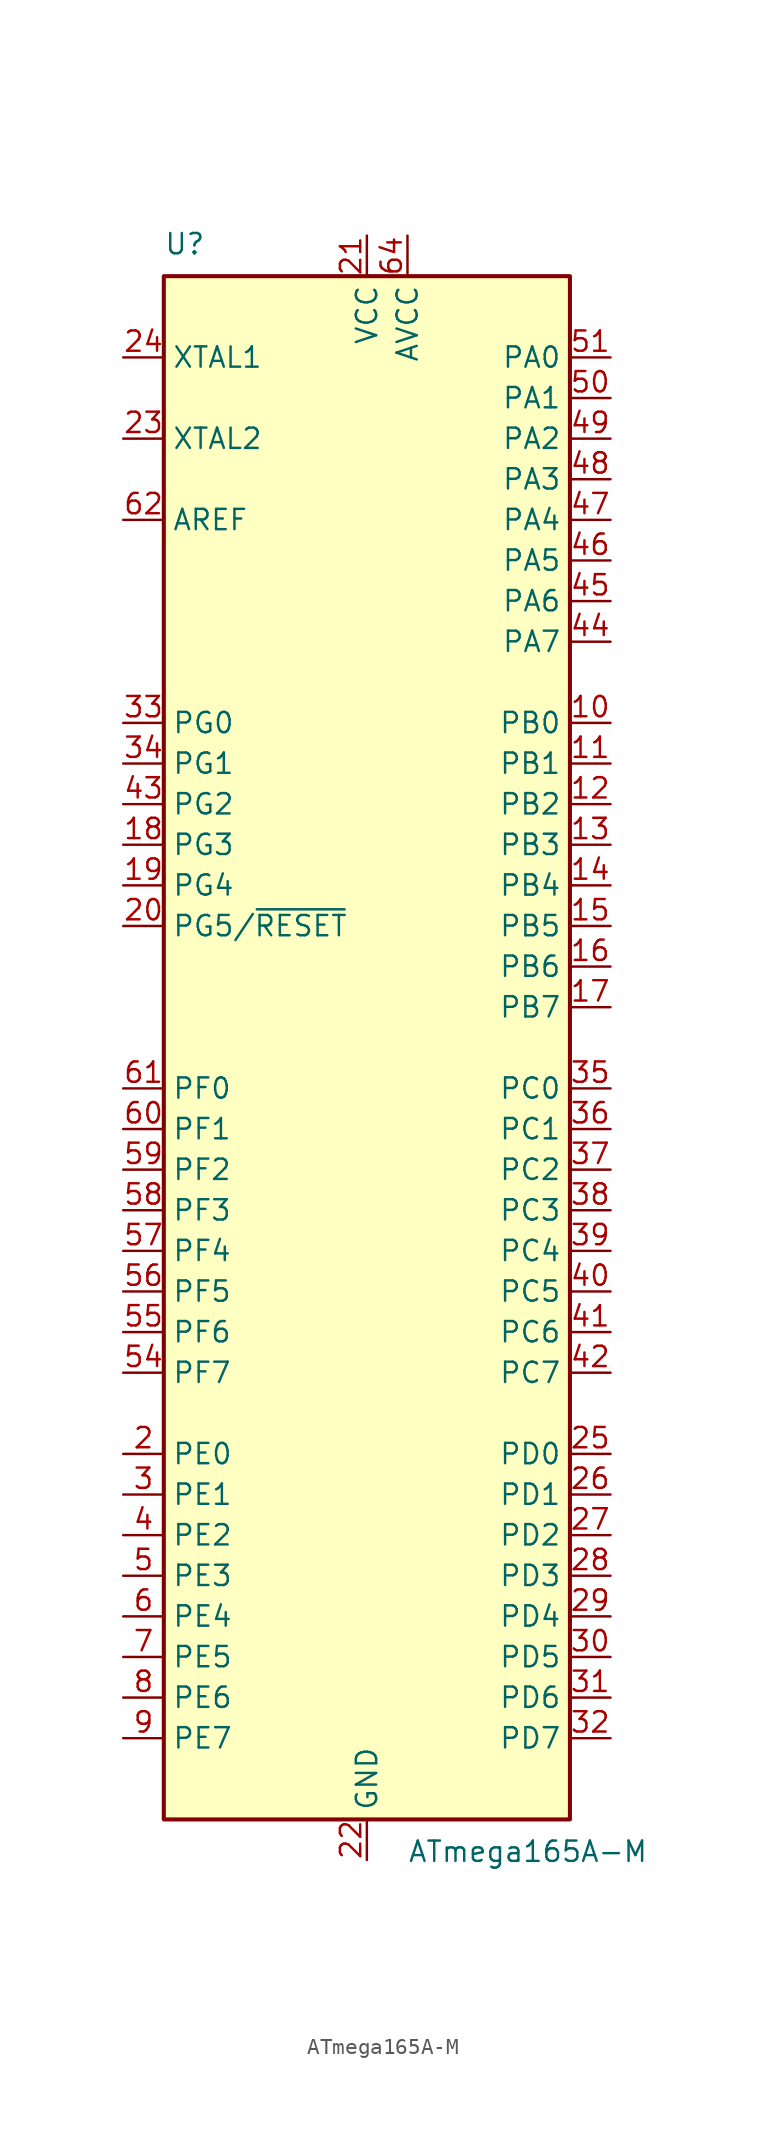
<source format=kicad_sym>
(kicad_symbol_lib
  (version 20211014)
  (generator kicad_symbol_editor)
  (symbol "ATmega165A-M"
    (property "Reference" "U"
      (at -12.7 49.53 0)
      (effects (font (size 1.27 1.27)) (justify left bottom)))
    (property "Value" "ATmega165A-M"
      (at 2.54 -49.53 0)
      (effects (font (size 1.27 1.27)) (justify left top)))
    (symbol "ATmega165A-M_0_1"
      (rectangle (start -12.7 -48.26) (end 12.7 48.26) (stroke (width 0.254) (type default) (color 0 0 0 0)) (fill (type background))))
    (symbol "ATmega165A-M_1_1"
      (pin no_connect line (at -12.7 -45.72 0) (length 2.54) hide (name "NC" (effects (font (size 1.27 1.27)))) (number "1" (effects (font (size 1.27 1.27)))))
      (pin bidirectional line (at 15.24 20.32 180) (length 2.54) (name "PB0" (effects (font (size 1.27 1.27)))) (number "10" (effects (font (size 1.27 1.27)))))
      (pin bidirectional line (at 15.24 17.78 180) (length 2.54) (name "PB1" (effects (font (size 1.27 1.27)))) (number "11" (effects (font (size 1.27 1.27)))))
      (pin bidirectional line (at 15.24 15.24 180) (length 2.54) (name "PB2" (effects (font (size 1.27 1.27)))) (number "12" (effects (font (size 1.27 1.27)))))
      (pin bidirectional line (at 15.24 12.7 180) (length 2.54) (name "PB3" (effects (font (size 1.27 1.27)))) (number "13" (effects (font (size 1.27 1.27)))))
      (pin bidirectional line (at 15.24 10.16 180) (length 2.54) (name "PB4" (effects (font (size 1.27 1.27)))) (number "14" (effects (font (size 1.27 1.27)))))
      (pin bidirectional line (at 15.24 7.62 180) (length 2.54) (name "PB5" (effects (font (size 1.27 1.27)))) (number "15" (effects (font (size 1.27 1.27)))))
      (pin bidirectional line (at 15.24 5.08 180) (length 2.54) (name "PB6" (effects (font (size 1.27 1.27)))) (number "16" (effects (font (size 1.27 1.27)))))
      (pin bidirectional line (at 15.24 2.54 180) (length 2.54) (name "PB7" (effects (font (size 1.27 1.27)))) (number "17" (effects (font (size 1.27 1.27)))))
      (pin bidirectional line (at -15.24 12.7 0) (length 2.54) (name "PG3" (effects (font (size 1.27 1.27)))) (number "18" (effects (font (size 1.27 1.27)))))
      (pin bidirectional line (at -15.24 10.16 0) (length 2.54) (name "PG4" (effects (font (size 1.27 1.27)))) (number "19" (effects (font (size 1.27 1.27)))))
      (pin bidirectional line (at -15.24 -25.4 0) (length 2.54) (name "PE0" (effects (font (size 1.27 1.27)))) (number "2" (effects (font (size 1.27 1.27)))))
      (pin bidirectional line (at -15.24 7.62 0) (length 2.54) (name "PG5/~{RESET}" (effects (font (size 1.27 1.27)))) (number "20" (effects (font (size 1.27 1.27)))))
      (pin power_in line (at 0 50.8 270) (length 2.54) (name "VCC" (effects (font (size 1.27 1.27)))) (number "21" (effects (font (size 1.27 1.27)))))
      (pin power_in line (at 0 -50.8 90) (length 2.54) (name "GND" (effects (font (size 1.27 1.27)))) (number "22" (effects (font (size 1.27 1.27)))))
      (pin output line (at -15.24 38.1 0) (length 2.54) (name "XTAL2" (effects (font (size 1.27 1.27)))) (number "23" (effects (font (size 1.27 1.27)))))
      (pin input line (at -15.24 43.18 0) (length 2.54) (name "XTAL1" (effects (font (size 1.27 1.27)))) (number "24" (effects (font (size 1.27 1.27)))))
      (pin bidirectional line (at 15.24 -25.4 180) (length 2.54) (name "PD0" (effects (font (size 1.27 1.27)))) (number "25" (effects (font (size 1.27 1.27)))))
      (pin bidirectional line (at 15.24 -27.94 180) (length 2.54) (name "PD1" (effects (font (size 1.27 1.27)))) (number "26" (effects (font (size 1.27 1.27)))))
      (pin bidirectional line (at 15.24 -30.48 180) (length 2.54) (name "PD2" (effects (font (size 1.27 1.27)))) (number "27" (effects (font (size 1.27 1.27)))))
      (pin bidirectional line (at 15.24 -33.02 180) (length 2.54) (name "PD3" (effects (font (size 1.27 1.27)))) (number "28" (effects (font (size 1.27 1.27)))))
      (pin bidirectional line (at 15.24 -35.56 180) (length 2.54) (name "PD4" (effects (font (size 1.27 1.27)))) (number "29" (effects (font (size 1.27 1.27)))))
      (pin bidirectional line (at -15.24 -27.94 0) (length 2.54) (name "PE1" (effects (font (size 1.27 1.27)))) (number "3" (effects (font (size 1.27 1.27)))))
      (pin bidirectional line (at 15.24 -38.1 180) (length 2.54) (name "PD5" (effects (font (size 1.27 1.27)))) (number "30" (effects (font (size 1.27 1.27)))))
      (pin bidirectional line (at 15.24 -40.64 180) (length 2.54) (name "PD6" (effects (font (size 1.27 1.27)))) (number "31" (effects (font (size 1.27 1.27)))))
      (pin bidirectional line (at 15.24 -43.18 180) (length 2.54) (name "PD7" (effects (font (size 1.27 1.27)))) (number "32" (effects (font (size 1.27 1.27)))))
      (pin bidirectional line (at -15.24 20.32 0) (length 2.54) (name "PG0" (effects (font (size 1.27 1.27)))) (number "33" (effects (font (size 1.27 1.27)))))
      (pin bidirectional line (at -15.24 17.78 0) (length 2.54) (name "PG1" (effects (font (size 1.27 1.27)))) (number "34" (effects (font (size 1.27 1.27)))))
      (pin bidirectional line (at 15.24 -2.54 180) (length 2.54) (name "PC0" (effects (font (size 1.27 1.27)))) (number "35" (effects (font (size 1.27 1.27)))))
      (pin bidirectional line (at 15.24 -5.08 180) (length 2.54) (name "PC1" (effects (font (size 1.27 1.27)))) (number "36" (effects (font (size 1.27 1.27)))))
      (pin bidirectional line (at 15.24 -7.62 180) (length 2.54) (name "PC2" (effects (font (size 1.27 1.27)))) (number "37" (effects (font (size 1.27 1.27)))))
      (pin bidirectional line (at 15.24 -10.16 180) (length 2.54) (name "PC3" (effects (font (size 1.27 1.27)))) (number "38" (effects (font (size 1.27 1.27)))))
      (pin bidirectional line (at 15.24 -12.7 180) (length 2.54) (name "PC4" (effects (font (size 1.27 1.27)))) (number "39" (effects (font (size 1.27 1.27)))))
      (pin bidirectional line (at -15.24 -30.48 0) (length 2.54) (name "PE2" (effects (font (size 1.27 1.27)))) (number "4" (effects (font (size 1.27 1.27)))))
      (pin bidirectional line (at 15.24 -15.24 180) (length 2.54) (name "PC5" (effects (font (size 1.27 1.27)))) (number "40" (effects (font (size 1.27 1.27)))))
      (pin bidirectional line (at 15.24 -17.78 180) (length 2.54) (name "PC6" (effects (font (size 1.27 1.27)))) (number "41" (effects (font (size 1.27 1.27)))))
      (pin bidirectional line (at 15.24 -20.32 180) (length 2.54) (name "PC7" (effects (font (size 1.27 1.27)))) (number "42" (effects (font (size 1.27 1.27)))))
      (pin bidirectional line (at -15.24 15.24 0) (length 2.54) (name "PG2" (effects (font (size 1.27 1.27)))) (number "43" (effects (font (size 1.27 1.27)))))
      (pin bidirectional line (at 15.24 25.4 180) (length 2.54) (name "PA7" (effects (font (size 1.27 1.27)))) (number "44" (effects (font (size 1.27 1.27)))))
      (pin bidirectional line (at 15.24 27.94 180) (length 2.54) (name "PA6" (effects (font (size 1.27 1.27)))) (number "45" (effects (font (size 1.27 1.27)))))
      (pin bidirectional line (at 15.24 30.48 180) (length 2.54) (name "PA5" (effects (font (size 1.27 1.27)))) (number "46" (effects (font (size 1.27 1.27)))))
      (pin bidirectional line (at 15.24 33.02 180) (length 2.54) (name "PA4" (effects (font (size 1.27 1.27)))) (number "47" (effects (font (size 1.27 1.27)))))
      (pin bidirectional line (at 15.24 35.56 180) (length 2.54) (name "PA3" (effects (font (size 1.27 1.27)))) (number "48" (effects (font (size 1.27 1.27)))))
      (pin bidirectional line (at 15.24 38.1 180) (length 2.54) (name "PA2" (effects (font (size 1.27 1.27)))) (number "49" (effects (font (size 1.27 1.27)))))
      (pin bidirectional line (at -15.24 -33.02 0) (length 2.54) (name "PE3" (effects (font (size 1.27 1.27)))) (number "5" (effects (font (size 1.27 1.27)))))
      (pin bidirectional line (at 15.24 40.64 180) (length 2.54) (name "PA1" (effects (font (size 1.27 1.27)))) (number "50" (effects (font (size 1.27 1.27)))))
      (pin bidirectional line (at 15.24 43.18 180) (length 2.54) (name "PA0" (effects (font (size 1.27 1.27)))) (number "51" (effects (font (size 1.27 1.27)))))
      (pin passive line (at 0 50.8 270) (length 2.54) hide (name "VCC" (effects (font (size 1.27 1.27)))) (number "52" (effects (font (size 1.27 1.27)))))
      (pin passive line (at 0 -50.8 90) (length 2.54) hide (name "GND" (effects (font (size 1.27 1.27)))) (number "53" (effects (font (size 1.27 1.27)))))
      (pin bidirectional line (at -15.24 -20.32 0) (length 2.54) (name "PF7" (effects (font (size 1.27 1.27)))) (number "54" (effects (font (size 1.27 1.27)))))
      (pin bidirectional line (at -15.24 -17.78 0) (length 2.54) (name "PF6" (effects (font (size 1.27 1.27)))) (number "55" (effects (font (size 1.27 1.27)))))
      (pin bidirectional line (at -15.24 -15.24 0) (length 2.54) (name "PF5" (effects (font (size 1.27 1.27)))) (number "56" (effects (font (size 1.27 1.27)))))
      (pin bidirectional line (at -15.24 -12.7 0) (length 2.54) (name "PF4" (effects (font (size 1.27 1.27)))) (number "57" (effects (font (size 1.27 1.27)))))
      (pin bidirectional line (at -15.24 -10.16 0) (length 2.54) (name "PF3" (effects (font (size 1.27 1.27)))) (number "58" (effects (font (size 1.27 1.27)))))
      (pin bidirectional line (at -15.24 -7.62 0) (length 2.54) (name "PF2" (effects (font (size 1.27 1.27)))) (number "59" (effects (font (size 1.27 1.27)))))
      (pin bidirectional line (at -15.24 -35.56 0) (length 2.54) (name "PE4" (effects (font (size 1.27 1.27)))) (number "6" (effects (font (size 1.27 1.27)))))
      (pin bidirectional line (at -15.24 -5.08 0) (length 2.54) (name "PF1" (effects (font (size 1.27 1.27)))) (number "60" (effects (font (size 1.27 1.27)))))
      (pin bidirectional line (at -15.24 -2.54 0) (length 2.54) (name "PF0" (effects (font (size 1.27 1.27)))) (number "61" (effects (font (size 1.27 1.27)))))
      (pin passive line (at -15.24 33.02 0) (length 2.54) (name "AREF" (effects (font (size 1.27 1.27)))) (number "62" (effects (font (size 1.27 1.27)))))
      (pin passive line (at 0 -50.8 90) (length 2.54) hide (name "GND" (effects (font (size 1.27 1.27)))) (number "63" (effects (font (size 1.27 1.27)))))
      (pin power_in line (at 2.54 50.8 270) (length 2.54) (name "AVCC" (effects (font (size 1.27 1.27)))) (number "64" (effects (font (size 1.27 1.27)))))
      (pin passive line (at 0 -50.8 90) (length 2.54) hide (name "GND" (effects (font (size 1.27 1.27)))) (number "65" (effects (font (size 1.27 1.27)))))
      (pin bidirectional line (at -15.24 -38.1 0) (length 2.54) (name "PE5" (effects (font (size 1.27 1.27)))) (number "7" (effects (font (size 1.27 1.27)))))
      (pin bidirectional line (at -15.24 -40.64 0) (length 2.54) (name "PE6" (effects (font (size 1.27 1.27)))) (number "8" (effects (font (size 1.27 1.27)))))
      (pin bidirectional line (at -15.24 -43.18 0) (length 2.54) (name "PE7" (effects (font (size 1.27 1.27)))) (number "9" (effects (font (size 1.27 1.27))))))))
</source>
